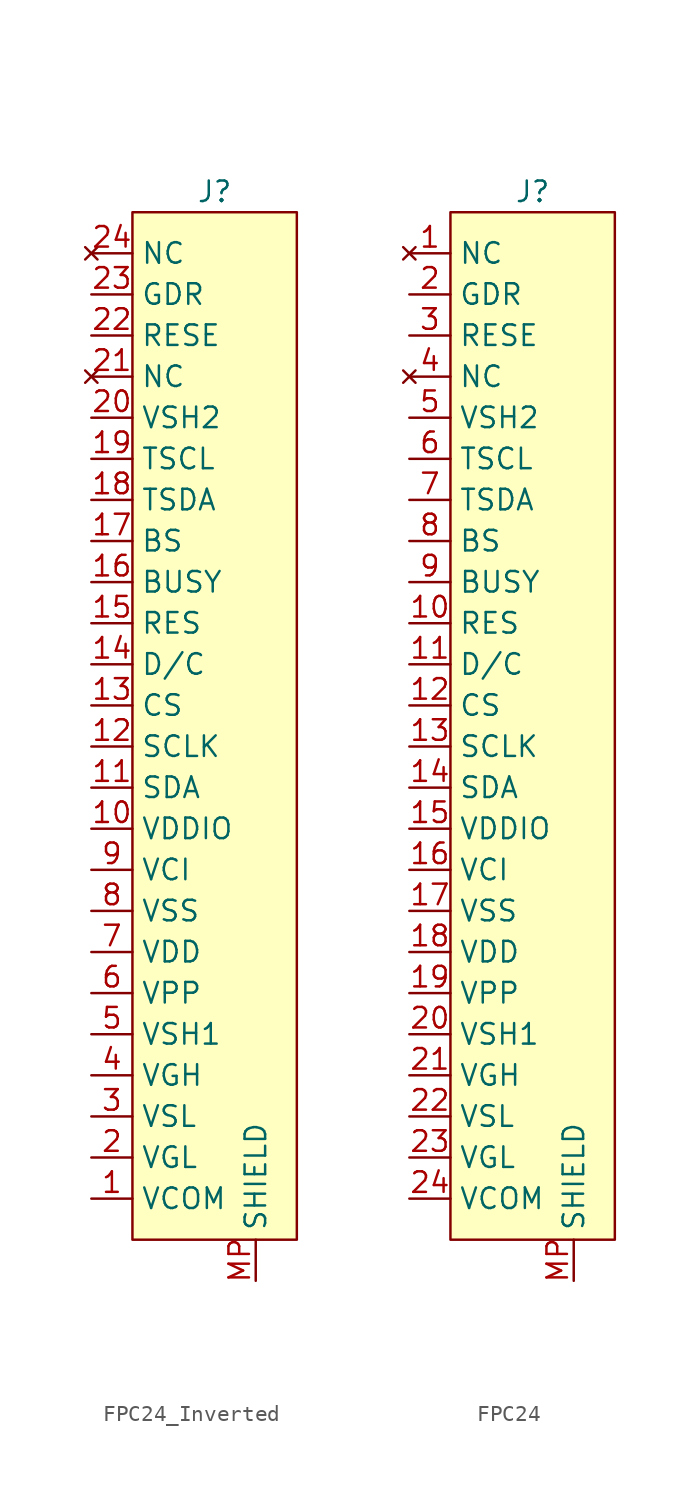
<source format=kicad_sym>
(kicad_symbol_lib
  (version 20231120)
  (generator "kicad_symbol_editor")
  (generator_version "8.0")
  (symbol "FPC24_Inverted"
    (property "Reference" "J"
      (at 0 33.02 0)
      (effects (font (size 1.27 1.27))))
    (property "Value" ""
      (at 2.54 33.02 0)
      (effects (font (size 1.27 1.27))))
    (symbol "FPC24_Inverted_1_0"
      (pin power_out line (at -7.62 19.05 0) (length 2.54) (name "VSH2" (effects (font (size 1.27 1.27)))) (number "20" (effects (font (size 1.27 1.27)))))
      (pin no_connect line (at -7.62 21.59 0) (length 2.54) (name "NC" (effects (font (size 1.27 1.27)))) (number "21" (effects (font (size 1.27 1.27)))))
      (pin input line (at -7.62 24.13 0) (length 2.54) (name "RESE" (effects (font (size 1.27 1.27)))) (number "22" (effects (font (size 1.27 1.27)))))
      (pin input line (at -7.62 26.67 0) (length 2.54) (name "GDR" (effects (font (size 1.27 1.27)))) (number "23" (effects (font (size 1.27 1.27))))))
    (symbol "FPC24_Inverted_1_1"
      (rectangle (start -5.08 31.75) (end 5.08 -31.75) (stroke (width 0) (type default)) (fill (type background)))
      (pin input line (at -7.62 -29.21 0) (length 2.54) (name "VCOM" (effects (font (size 1.27 1.27)))) (number "1" (effects (font (size 1.27 1.27)))))
      (pin power_in line (at -7.62 -6.35 0) (length 2.54) (name "VDDIO" (effects (font (size 1.27 1.27)))) (number "10" (effects (font (size 1.27 1.27)))))
      (pin input line (at -7.62 -3.81 0) (length 2.54) (name "SDA" (effects (font (size 1.27 1.27)))) (number "11" (effects (font (size 1.27 1.27)))))
      (pin input line (at -7.62 -1.27 0) (length 2.54) (name "SCLK" (effects (font (size 1.27 1.27)))) (number "12" (effects (font (size 1.27 1.27)))))
      (pin input line (at -7.62 1.27 0) (length 2.54) (name "CS" (effects (font (size 1.27 1.27)))) (number "13" (effects (font (size 1.27 1.27)))))
      (pin input line (at -7.62 3.81 0) (length 2.54) (name "D/C" (effects (font (size 1.27 1.27)))) (number "14" (effects (font (size 1.27 1.27)))))
      (pin input line (at -7.62 6.35 0) (length 2.54) (name "RES" (effects (font (size 1.27 1.27)))) (number "15" (effects (font (size 1.27 1.27)))))
      (pin input line (at -7.62 8.89 0) (length 2.54) (name "BUSY" (effects (font (size 1.27 1.27)))) (number "16" (effects (font (size 1.27 1.27)))))
      (pin input line (at -7.62 11.43 0) (length 2.54) (name "BS" (effects (font (size 1.27 1.27)))) (number "17" (effects (font (size 1.27 1.27)))))
      (pin input line (at -7.62 13.97 0) (length 2.54) (name "TSDA" (effects (font (size 1.27 1.27)))) (number "18" (effects (font (size 1.27 1.27)))))
      (pin input line (at -7.62 16.51 0) (length 2.54) (name "TSCL" (effects (font (size 1.27 1.27)))) (number "19" (effects (font (size 1.27 1.27)))))
      (pin power_in line (at -7.62 -26.67 0) (length 2.54) (name "VGL" (effects (font (size 1.27 1.27)))) (number "2" (effects (font (size 1.27 1.27)))))
      (pin no_connect line (at -7.62 29.21 0) (length 2.54) (name "NC" (effects (font (size 1.27 1.27)))) (number "24" (effects (font (size 1.27 1.27)))))
      (pin power_out line (at -7.62 -24.13 0) (length 2.54) (name "VSL" (effects (font (size 1.27 1.27)))) (number "3" (effects (font (size 1.27 1.27)))))
      (pin power_in line (at -7.62 -21.59 0) (length 2.54) (name "VGH" (effects (font (size 1.27 1.27)))) (number "4" (effects (font (size 1.27 1.27)))))
      (pin power_out line (at -7.62 -19.05 0) (length 2.54) (name "VSH1" (effects (font (size 1.27 1.27)))) (number "5" (effects (font (size 1.27 1.27)))))
      (pin power_out line (at -7.62 -16.51 0) (length 2.54) (name "VPP" (effects (font (size 1.27 1.27)))) (number "6" (effects (font (size 1.27 1.27)))))
      (pin power_out line (at -7.62 -13.97 0) (length 2.54) (name "VDD" (effects (font (size 1.27 1.27)))) (number "7" (effects (font (size 1.27 1.27)))))
      (pin passive line (at -7.62 -11.43 0) (length 2.54) (name "VSS" (effects (font (size 1.27 1.27)))) (number "8" (effects (font (size 1.27 1.27)))))
      (pin power_in line (at -7.62 -8.89 0) (length 2.54) (name "VCI" (effects (font (size 1.27 1.27)))) (number "9" (effects (font (size 1.27 1.27)))))
      (pin passive line (at 2.54 -34.29 90) (length 2.54) (name "SHIELD" (effects (font (size 1.27 1.27)))) (number "MP" (effects (font (size 1.27 1.27)))))))
  (symbol "FPC24"
    (property "Reference" "J"
      (at 0 33.02 0)
      (effects (font (size 1.27 1.27))))
    (property "Value" ""
      (at 2.54 33.02 0)
      (effects (font (size 1.27 1.27))))
    (symbol "FPC24_1_0"
      (pin input line (at -7.62 26.67 0) (length 2.54) (name "GDR" (effects (font (size 1.27 1.27)))) (number "2" (effects (font (size 1.27 1.27)))))
      (pin input line (at -7.62 24.13 0) (length 2.54) (name "RESE" (effects (font (size 1.27 1.27)))) (number "3" (effects (font (size 1.27 1.27)))))
      (pin no_connect line (at -7.62 21.59 0) (length 2.54) (name "NC" (effects (font (size 1.27 1.27)))) (number "4" (effects (font (size 1.27 1.27)))))
      (pin power_out line (at -7.62 19.05 0) (length 2.54) (name "VSH2" (effects (font (size 1.27 1.27)))) (number "5" (effects (font (size 1.27 1.27))))))
    (symbol "FPC24_1_1"
      (rectangle (start -5.08 31.75) (end 5.08 -31.75) (stroke (width 0) (type default)) (fill (type background)))
      (pin no_connect line (at -7.62 29.21 0) (length 2.54) (name "NC" (effects (font (size 1.27 1.27)))) (number "1" (effects (font (size 1.27 1.27)))))
      (pin input line (at -7.62 6.35 0) (length 2.54) (name "RES" (effects (font (size 1.27 1.27)))) (number "10" (effects (font (size 1.27 1.27)))))
      (pin input line (at -7.62 3.81 0) (length 2.54) (name "D/C" (effects (font (size 1.27 1.27)))) (number "11" (effects (font (size 1.27 1.27)))))
      (pin input line (at -7.62 1.27 0) (length 2.54) (name "CS" (effects (font (size 1.27 1.27)))) (number "12" (effects (font (size 1.27 1.27)))))
      (pin input line (at -7.62 -1.27 0) (length 2.54) (name "SCLK" (effects (font (size 1.27 1.27)))) (number "13" (effects (font (size 1.27 1.27)))))
      (pin input line (at -7.62 -3.81 0) (length 2.54) (name "SDA" (effects (font (size 1.27 1.27)))) (number "14" (effects (font (size 1.27 1.27)))))
      (pin power_in line (at -7.62 -6.35 0) (length 2.54) (name "VDDIO" (effects (font (size 1.27 1.27)))) (number "15" (effects (font (size 1.27 1.27)))))
      (pin power_in line (at -7.62 -8.89 0) (length 2.54) (name "VCI" (effects (font (size 1.27 1.27)))) (number "16" (effects (font (size 1.27 1.27)))))
      (pin passive line (at -7.62 -11.43 0) (length 2.54) (name "VSS" (effects (font (size 1.27 1.27)))) (number "17" (effects (font (size 1.27 1.27)))))
      (pin power_out line (at -7.62 -13.97 0) (length 2.54) (name "VDD" (effects (font (size 1.27 1.27)))) (number "18" (effects (font (size 1.27 1.27)))))
      (pin power_out line (at -7.62 -16.51 0) (length 2.54) (name "VPP" (effects (font (size 1.27 1.27)))) (number "19" (effects (font (size 1.27 1.27)))))
      (pin power_out line (at -7.62 -19.05 0) (length 2.54) (name "VSH1" (effects (font (size 1.27 1.27)))) (number "20" (effects (font (size 1.27 1.27)))))
      (pin power_in line (at -7.62 -21.59 0) (length 2.54) (name "VGH" (effects (font (size 1.27 1.27)))) (number "21" (effects (font (size 1.27 1.27)))))
      (pin power_out line (at -7.62 -24.13 0) (length 2.54) (name "VSL" (effects (font (size 1.27 1.27)))) (number "22" (effects (font (size 1.27 1.27)))))
      (pin power_in line (at -7.62 -26.67 0) (length 2.54) (name "VGL" (effects (font (size 1.27 1.27)))) (number "23" (effects (font (size 1.27 1.27)))))
      (pin input line (at -7.62 -29.21 0) (length 2.54) (name "VCOM" (effects (font (size 1.27 1.27)))) (number "24" (effects (font (size 1.27 1.27)))))
      (pin input line (at -7.62 16.51 0) (length 2.54) (name "TSCL" (effects (font (size 1.27 1.27)))) (number "6" (effects (font (size 1.27 1.27)))))
      (pin input line (at -7.62 13.97 0) (length 2.54) (name "TSDA" (effects (font (size 1.27 1.27)))) (number "7" (effects (font (size 1.27 1.27)))))
      (pin input line (at -7.62 11.43 0) (length 2.54) (name "BS" (effects (font (size 1.27 1.27)))) (number "8" (effects (font (size 1.27 1.27)))))
      (pin input line (at -7.62 8.89 0) (length 2.54) (name "BUSY" (effects (font (size 1.27 1.27)))) (number "9" (effects (font (size 1.27 1.27)))))
      (pin passive line (at 2.54 -34.29 90) (length 2.54) (name "SHIELD" (effects (font (size 1.27 1.27)))) (number "MP" (effects (font (size 1.27 1.27))))))))
</source>
